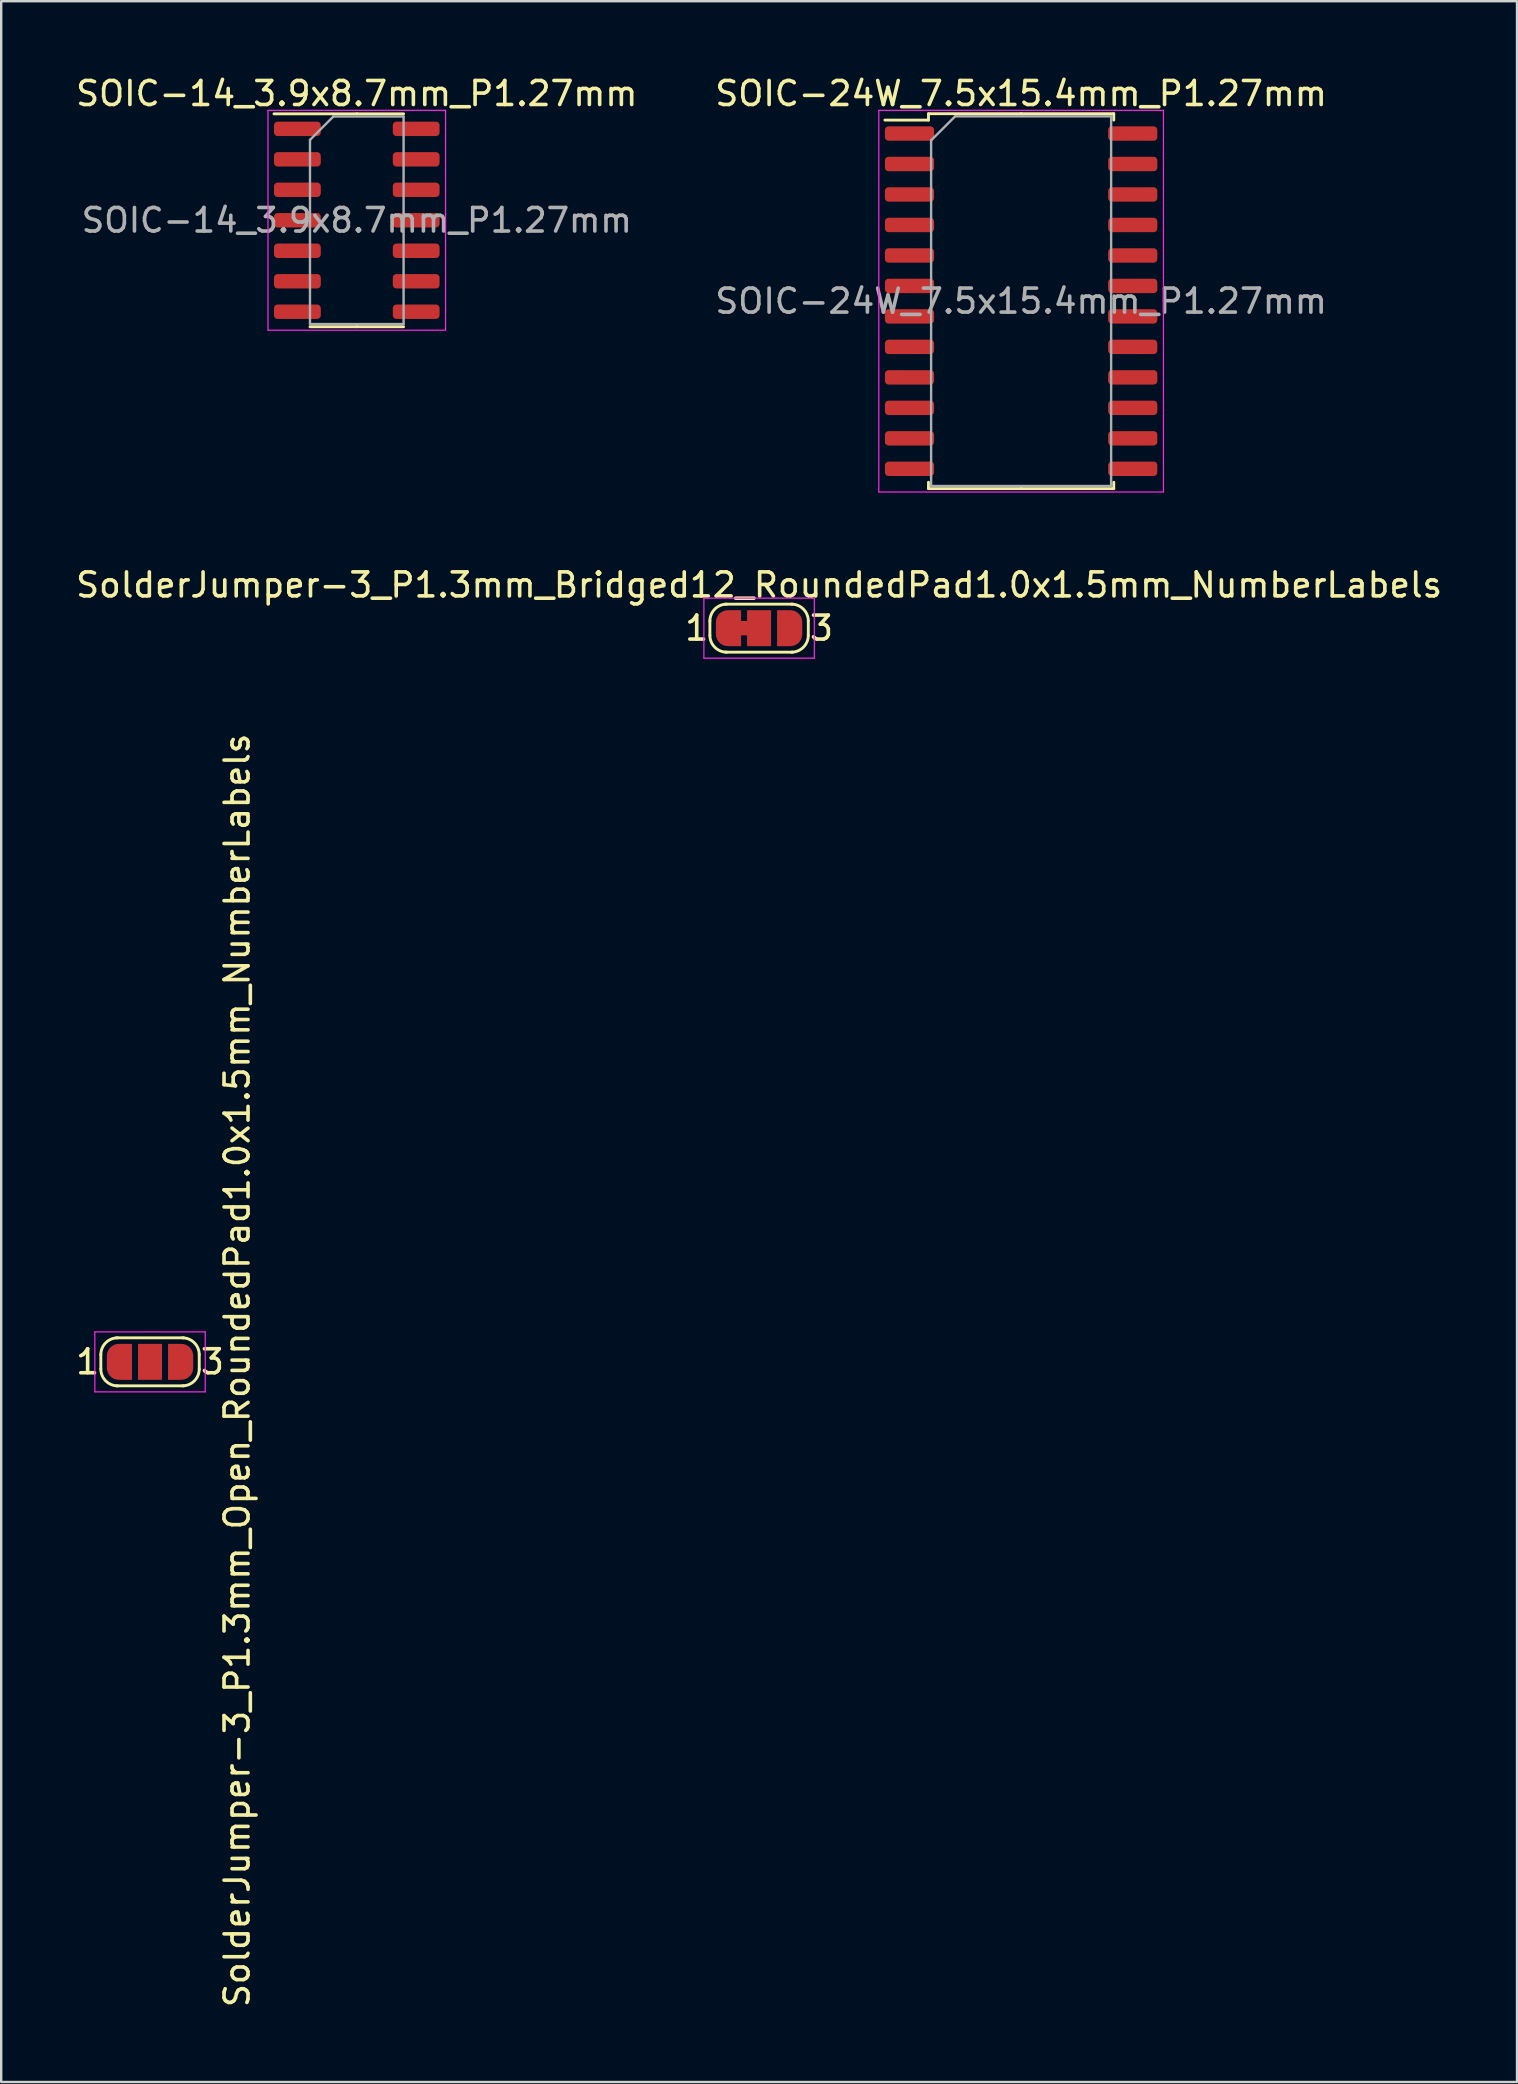
<source format=kicad_pcb>
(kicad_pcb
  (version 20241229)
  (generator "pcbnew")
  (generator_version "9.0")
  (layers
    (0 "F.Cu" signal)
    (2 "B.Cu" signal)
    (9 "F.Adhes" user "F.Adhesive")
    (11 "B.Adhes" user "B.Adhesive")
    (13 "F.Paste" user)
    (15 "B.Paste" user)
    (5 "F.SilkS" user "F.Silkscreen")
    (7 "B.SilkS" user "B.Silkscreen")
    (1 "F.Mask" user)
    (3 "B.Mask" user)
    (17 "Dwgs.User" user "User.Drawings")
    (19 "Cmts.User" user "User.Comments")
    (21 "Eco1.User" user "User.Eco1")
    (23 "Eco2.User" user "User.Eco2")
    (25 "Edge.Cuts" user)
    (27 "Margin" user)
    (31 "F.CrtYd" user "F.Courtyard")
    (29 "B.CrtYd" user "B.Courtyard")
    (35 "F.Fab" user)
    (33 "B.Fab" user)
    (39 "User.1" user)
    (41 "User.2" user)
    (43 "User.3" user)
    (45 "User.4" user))
  (footprint "SOIC-24W_7.5x15.4mm_P1.27mm"
    (layer "F.Cu")
    (at 39.494 9.498)
    (property "Reference" "SOIC-24W_7.5x15.4mm_P1.27mm" (at 0 -8.65 0) (layer "F.SilkS") (effects (font (size 1 1) (thickness 0.15))))
    (attr smd)
    (fp_line (start -3.86 -7.81) (end -3.86 -7.545) (stroke (width 0.12) (type solid)) (layer "F.SilkS"))
    (fp_line (start -3.86 -7.545) (end -5.675 -7.545) (stroke (width 0.12) (type solid)) (layer "F.SilkS"))
    (fp_line (start -3.86 7.81) (end -3.86 7.545) (stroke (width 0.12) (type solid)) (layer "F.SilkS"))
    (fp_line (start 0 -7.81) (end -3.86 -7.81) (stroke (width 0.12) (type solid)) (layer "F.SilkS"))
    (fp_line (start 0 -7.81) (end 3.86 -7.81) (stroke (width 0.12) (type solid)) (layer "F.SilkS"))
    (fp_line (start 0 7.81) (end -3.86 7.81) (stroke (width 0.12) (type solid)) (layer "F.SilkS"))
    (fp_line (start 0 7.81) (end 3.86 7.81) (stroke (width 0.12) (type solid)) (layer "F.SilkS"))
    (fp_line (start 3.86 -7.81) (end 3.86 -7.545) (stroke (width 0.12) (type solid)) (layer "F.SilkS"))
    (fp_line (start 3.86 7.81) (end 3.86 7.545) (stroke (width 0.12) (type solid)) (layer "F.SilkS"))
    (fp_line (start -5.93 -7.95) (end -5.93 7.95) (stroke (width 0.05) (type solid)) (layer "F.CrtYd"))
    (fp_line (start -5.93 7.95) (end 5.93 7.95) (stroke (width 0.05) (type solid)) (layer "F.CrtYd"))
    (fp_line (start 5.93 -7.95) (end -5.93 -7.95) (stroke (width 0.05) (type solid)) (layer "F.CrtYd"))
    (fp_line (start 5.93 7.95) (end 5.93 -7.95) (stroke (width 0.05) (type solid)) (layer "F.CrtYd"))
    (fp_line (start -3.75 -6.7) (end -2.75 -7.7) (stroke (width 0.1) (type solid)) (layer "F.Fab"))
    (fp_line (start -3.75 7.7) (end -3.75 -6.7) (stroke (width 0.1) (type solid)) (layer "F.Fab"))
    (fp_line (start -2.75 -7.7) (end 3.75 -7.7) (stroke (width 0.1) (type solid)) (layer "F.Fab"))
    (fp_line (start 3.75 -7.7) (end 3.75 7.7) (stroke (width 0.1) (type solid)) (layer "F.Fab"))
    (fp_line (start 3.75 7.7) (end -3.75 7.7) (stroke (width 0.1) (type solid)) (layer "F.Fab"))
    (fp_text user "${REFERENCE}" (at 0 0 0) (layer "F.Fab") (effects (font (size 1 1) (thickness 0.15))))
    (pad "1" smd roundrect (at -4.65 -6.985) (size 2.05 0.6) (layers "F.Cu" "F.Mask" "F.Paste") (roundrect_rratio 0.25))
    (pad "2" smd roundrect (at -4.65 -5.715) (size 2.05 0.6) (layers "F.Cu" "F.Mask" "F.Paste") (roundrect_rratio 0.25))
    (pad "3" smd roundrect (at -4.65 -4.445) (size 2.05 0.6) (layers "F.Cu" "F.Mask" "F.Paste") (roundrect_rratio 0.25))
    (pad "4" smd roundrect (at -4.65 -3.175) (size 2.05 0.6) (layers "F.Cu" "F.Mask" "F.Paste") (roundrect_rratio 0.25))
    (pad "5" smd roundrect (at -4.65 -1.905) (size 2.05 0.6) (layers "F.Cu" "F.Mask" "F.Paste") (roundrect_rratio 0.25))
    (pad "6" smd roundrect (at -4.65 -0.635) (size 2.05 0.6) (layers "F.Cu" "F.Mask" "F.Paste") (roundrect_rratio 0.25))
    (pad "7" smd roundrect (at -4.65 0.635) (size 2.05 0.6) (layers "F.Cu" "F.Mask" "F.Paste") (roundrect_rratio 0.25))
    (pad "8" smd roundrect (at -4.65 1.905) (size 2.05 0.6) (layers "F.Cu" "F.Mask" "F.Paste") (roundrect_rratio 0.25))
    (pad "9" smd roundrect (at -4.65 3.175) (size 2.05 0.6) (layers "F.Cu" "F.Mask" "F.Paste") (roundrect_rratio 0.25))
    (pad "10" smd roundrect (at -4.65 4.445) (size 2.05 0.6) (layers "F.Cu" "F.Mask" "F.Paste") (roundrect_rratio 0.25))
    (pad "11" smd roundrect (at -4.65 5.715) (size 2.05 0.6) (layers "F.Cu" "F.Mask" "F.Paste") (roundrect_rratio 0.25))
    (pad "12" smd roundrect (at -4.65 6.985) (size 2.05 0.6) (layers "F.Cu" "F.Mask" "F.Paste") (roundrect_rratio 0.25))
    (pad "13" smd roundrect (at 4.65 6.985) (size 2.05 0.6) (layers "F.Cu" "F.Mask" "F.Paste") (roundrect_rratio 0.25))
    (pad "14" smd roundrect (at 4.65 5.715) (size 2.05 0.6) (layers "F.Cu" "F.Mask" "F.Paste") (roundrect_rratio 0.25))
    (pad "15" smd roundrect (at 4.65 4.445) (size 2.05 0.6) (layers "F.Cu" "F.Mask" "F.Paste") (roundrect_rratio 0.25))
    (pad "16" smd roundrect (at 4.65 3.175) (size 2.05 0.6) (layers "F.Cu" "F.Mask" "F.Paste") (roundrect_rratio 0.25))
    (pad "17" smd roundrect (at 4.65 1.905) (size 2.05 0.6) (layers "F.Cu" "F.Mask" "F.Paste") (roundrect_rratio 0.25))
    (pad "18" smd roundrect (at 4.65 0.635) (size 2.05 0.6) (layers "F.Cu" "F.Mask" "F.Paste") (roundrect_rratio 0.25))
    (pad "19" smd roundrect (at 4.65 -0.635) (size 2.05 0.6) (layers "F.Cu" "F.Mask" "F.Paste") (roundrect_rratio 0.25))
    (pad "20" smd roundrect (at 4.65 -1.905) (size 2.05 0.6) (layers "F.Cu" "F.Mask" "F.Paste") (roundrect_rratio 0.25))
    (pad "21" smd roundrect (at 4.65 -3.175) (size 2.05 0.6) (layers "F.Cu" "F.Mask" "F.Paste") (roundrect_rratio 0.25))
    (pad "22" smd roundrect (at 4.65 -4.445) (size 2.05 0.6) (layers "F.Cu" "F.Mask" "F.Paste") (roundrect_rratio 0.25))
    (pad "23" smd roundrect (at 4.65 -5.715) (size 2.05 0.6) (layers "F.Cu" "F.Mask" "F.Paste") (roundrect_rratio 0.25))
    (pad "24" smd roundrect (at 4.65 -6.985) (size 2.05 0.6) (layers "F.Cu" "F.Mask" "F.Paste") (roundrect_rratio 0.25)))
  (footprint "SolderJumper-3_P1.3mm_Bridged12_RoundedPad1.0x1.5mm_NumberLabels"
    (layer "F.Cu")
    (at 28.577 23.122)
    (property "Reference" "SolderJumper-3_P1.3mm_Bridged12_RoundedPad1.0x1.5mm_NumberLabels" (at 0 -1.8 0) (layer "F.SilkS") (effects (font (size 1 1) (thickness 0.15))))
    (attr exclude_from_pos_files)
    (fp_poly (pts (xy -0.9 -0.3) (xy -0.4 -0.3) (xy -0.4 0.3) (xy -0.9 0.3)) (stroke (width 0) (type solid)) (fill yes) (layer "F.Cu"))
    (fp_line (start -2.05 0.3) (end -2.05 -0.3) (stroke (width 0.12) (type solid)) (layer "F.SilkS"))
    (fp_line (start -1.4 -1) (end 1.4 -1) (stroke (width 0.12) (type solid)) (layer "F.SilkS"))
    (fp_line (start 1.4 1) (end -1.4 1) (stroke (width 0.12) (type solid)) (layer "F.SilkS"))
    (fp_line (start 2.05 -0.3) (end 2.05 0.3) (stroke (width 0.12) (type solid)) (layer "F.SilkS"))
    (fp_arc (start -2.05 -0.3) (mid -1.844975 -0.794975) (end -1.35 -1) (stroke (width 0.12) (type solid)) (layer "F.SilkS"))
    (fp_arc (start -1.35 1) (mid -1.844975 0.794975) (end -2.05 0.3) (stroke (width 0.12) (type solid)) (layer "F.SilkS"))
    (fp_arc (start 1.35 -1) (mid 1.844975 -0.794975) (end 2.05 -0.3) (stroke (width 0.12) (type solid)) (layer "F.SilkS"))
    (fp_arc (start 2.05 0.3) (mid 1.844975 0.794975) (end 1.35 1) (stroke (width 0.12) (type solid)) (layer "F.SilkS"))
    (fp_line (start -2.3 -1.25) (end -2.3 1.25) (stroke (width 0.05) (type solid)) (layer "F.CrtYd"))
    (fp_line (start -2.3 -1.25) (end 2.3 -1.25) (stroke (width 0.05) (type solid)) (layer "F.CrtYd"))
    (fp_line (start 2.3 1.25) (end -2.3 1.25) (stroke (width 0.05) (type solid)) (layer "F.CrtYd"))
    (fp_line (start 2.3 1.25) (end 2.3 -1.25) (stroke (width 0.05) (type solid)) (layer "F.CrtYd"))
    (fp_text user "1" (at -2.6 0 0) (layer "F.SilkS") (effects (font (size 1 1) (thickness 0.15))))
    (fp_text user "3" (at 2.6 0 0) (layer "F.SilkS") (effects (font (size 1 1) (thickness 0.15))))
    (pad "1" smd custom (at -1.3 0) (size 1 0.5) (layers "F.Cu" "F.Mask") (options (anchor rect)) (primitives (gr_poly (pts (xy 0.55 0.75) (xy 0 0.75) (xy 0 -0.75) (xy 0.55 -0.75)) (width 0) (fill yes)) (gr_circle (center 0 0.25) (end 0.5 0.25) (width 0) (fill yes)) (gr_circle (center 0 -0.25) (end 0.5 -0.25) (width 0) (fill yes))))
    (pad "2" smd rect (at 0 0) (size 1 1.5) (layers "F.Cu" "F.Mask"))
    (pad "3" smd custom (at 1.3 0) (size 1 0.5) (layers "F.Cu" "F.Mask") (options (anchor rect)) (primitives (gr_circle (center 0 0.25) (end 0.5 0.25) (width 0) (fill yes)) (gr_circle (center 0 -0.25) (end 0.5 -0.25) (width 0) (fill yes)) (gr_poly (pts (xy 0 0.75) (xy -0.55 0.75) (xy -0.55 -0.75) (xy 0 -0.75)) (width 0) (fill yes)))))
  (footprint "SolderJumper-3_P1.3mm_Open_RoundedPad1.0x1.5mm_NumberLabels"
    (layer "F.Cu")
    (at 3.201 53.69)
    (property "Reference" "SolderJumper-3_P1.3mm_Open_RoundedPad1.0x1.5mm_NumberLabels" (at 3.628 0.356 90) (layer "F.SilkS") (effects (font (size 1 1) (thickness 0.15))))
    (attr exclude_from_pos_files allow_soldermask_bridges)
    (fp_line (start -2.05 0.3) (end -2.05 -0.3) (stroke (width 0.12) (type solid)) (layer "F.SilkS"))
    (fp_line (start -1.4 -1) (end 1.4 -1) (stroke (width 0.12) (type solid)) (layer "F.SilkS"))
    (fp_line (start 1.4 1) (end -1.4 1) (stroke (width 0.12) (type solid)) (layer "F.SilkS"))
    (fp_line (start 2.05 -0.3) (end 2.05 0.3) (stroke (width 0.12) (type solid)) (layer "F.SilkS"))
    (fp_arc (start -2.05 -0.3) (mid -1.844975 -0.794975) (end -1.35 -1) (stroke (width 0.12) (type solid)) (layer "F.SilkS"))
    (fp_arc (start -1.35 1) (mid -1.844975 0.794975) (end -2.05 0.3) (stroke (width 0.12) (type solid)) (layer "F.SilkS"))
    (fp_arc (start 1.35 -1) (mid 1.844975 -0.794975) (end 2.05 -0.3) (stroke (width 0.12) (type solid)) (layer "F.SilkS"))
    (fp_arc (start 2.05 0.3) (mid 1.844975 0.794975) (end 1.35 1) (stroke (width 0.12) (type solid)) (layer "F.SilkS"))
    (fp_line (start -2.3 -1.25) (end -2.3 1.25) (stroke (width 0.05) (type solid)) (layer "F.CrtYd"))
    (fp_line (start -2.3 -1.25) (end 2.3 -1.25) (stroke (width 0.05) (type solid)) (layer "F.CrtYd"))
    (fp_line (start 2.3 1.25) (end -2.3 1.25) (stroke (width 0.05) (type solid)) (layer "F.CrtYd"))
    (fp_line (start 2.3 1.25) (end 2.3 -1.25) (stroke (width 0.05) (type solid)) (layer "F.CrtYd"))
    (fp_text user "3" (at 2.6 0 0) (layer "F.SilkS") (effects (font (size 1 1) (thickness 0.15))))
    (fp_text user "1" (at -2.6 0 0) (layer "F.SilkS") (effects (font (size 1 1) (thickness 0.15))))
    (pad "1" smd custom (at -1.3 0) (size 1 0.5) (layers "F.Cu" "F.Mask") (options (anchor rect)) (primitives (gr_circle (center 0 0.25) (end 0.5 0.25) (width 0) (fill yes)) (gr_circle (center 0 -0.25) (end 0.5 -0.25) (width 0) (fill yes)) (gr_poly (pts (xy 0.55 0.75) (xy 0 0.75) (xy 0 -0.75) (xy 0.55 -0.75)) (width 0) (fill yes))))
    (pad "2" smd rect (at 0 0) (size 1 1.5) (layers "F.Cu" "F.Mask"))
    (pad "3" smd custom (at 1.3 0) (size 1 0.5) (layers "F.Cu" "F.Mask") (options (anchor rect)) (primitives (gr_circle (center 0 0.25) (end 0.5 0.25) (width 0) (fill yes)) (gr_circle (center 0 -0.25) (end 0.5 -0.25) (width 0) (fill yes)) (gr_poly (pts (xy 0 0.75) (xy -0.55 0.75) (xy -0.55 -0.75) (xy 0 -0.75)) (width 0) (fill yes)))))
  (footprint "SOIC-14_3.9x8.7mm_P1.27mm"
    (layer "F.Cu")
    (at 11.815 6.128)
    (property "Reference" "SOIC-14_3.9x8.7mm_P1.27mm" (at 0 -5.28 0) (layer "F.SilkS") (effects (font (size 1 1) (thickness 0.15))))
    (attr smd)
    (fp_line (start 0 -4.435) (end -3.45 -4.435) (stroke (width 0.12) (type solid)) (layer "F.SilkS"))
    (fp_line (start 0 -4.435) (end 1.95 -4.435) (stroke (width 0.12) (type solid)) (layer "F.SilkS"))
    (fp_line (start 0 4.435) (end -1.95 4.435) (stroke (width 0.12) (type solid)) (layer "F.SilkS"))
    (fp_line (start 0 4.435) (end 1.95 4.435) (stroke (width 0.12) (type solid)) (layer "F.SilkS"))
    (fp_line (start -3.7 -4.58) (end -3.7 4.58) (stroke (width 0.05) (type solid)) (layer "F.CrtYd"))
    (fp_line (start -3.7 4.58) (end 3.7 4.58) (stroke (width 0.05) (type solid)) (layer "F.CrtYd"))
    (fp_line (start 3.7 -4.58) (end -3.7 -4.58) (stroke (width 0.05) (type solid)) (layer "F.CrtYd"))
    (fp_line (start 3.7 4.58) (end 3.7 -4.58) (stroke (width 0.05) (type solid)) (layer "F.CrtYd"))
    (fp_line (start -1.95 -3.35) (end -0.975 -4.325) (stroke (width 0.1) (type solid)) (layer "F.Fab"))
    (fp_line (start -1.95 4.325) (end -1.95 -3.35) (stroke (width 0.1) (type solid)) (layer "F.Fab"))
    (fp_line (start -0.975 -4.325) (end 1.95 -4.325) (stroke (width 0.1) (type solid)) (layer "F.Fab"))
    (fp_line (start 1.95 -4.325) (end 1.95 4.325) (stroke (width 0.1) (type solid)) (layer "F.Fab"))
    (fp_line (start 1.95 4.325) (end -1.95 4.325) (stroke (width 0.1) (type solid)) (layer "F.Fab"))
    (fp_text user "${REFERENCE}" (at 0 0 0) (layer "F.Fab") (effects (font (size 0.98 0.98) (thickness 0.15))))
    (pad "1" smd roundrect (at -2.475 -3.81) (size 1.95 0.6) (layers "F.Cu" "F.Mask" "F.Paste") (roundrect_rratio 0.25))
    (pad "2" smd roundrect (at -2.475 -2.54) (size 1.95 0.6) (layers "F.Cu" "F.Mask" "F.Paste") (roundrect_rratio 0.25))
    (pad "3" smd roundrect (at -2.475 -1.27) (size 1.95 0.6) (layers "F.Cu" "F.Mask" "F.Paste") (roundrect_rratio 0.25))
    (pad "4" smd roundrect (at -2.475 0) (size 1.95 0.6) (layers "F.Cu" "F.Mask" "F.Paste") (roundrect_rratio 0.25))
    (pad "5" smd roundrect (at -2.475 1.27) (size 1.95 0.6) (layers "F.Cu" "F.Mask" "F.Paste") (roundrect_rratio 0.25))
    (pad "6" smd roundrect (at -2.475 2.54) (size 1.95 0.6) (layers "F.Cu" "F.Mask" "F.Paste") (roundrect_rratio 0.25))
    (pad "7" smd roundrect (at -2.475 3.81) (size 1.95 0.6) (layers "F.Cu" "F.Mask" "F.Paste") (roundrect_rratio 0.25))
    (pad "8" smd roundrect (at 2.475 3.81) (size 1.95 0.6) (layers "F.Cu" "F.Mask" "F.Paste") (roundrect_rratio 0.25))
    (pad "9" smd roundrect (at 2.475 2.54) (size 1.95 0.6) (layers "F.Cu" "F.Mask" "F.Paste") (roundrect_rratio 0.25))
    (pad "10" smd roundrect (at 2.475 1.27) (size 1.95 0.6) (layers "F.Cu" "F.Mask" "F.Paste") (roundrect_rratio 0.25))
    (pad "11" smd roundrect (at 2.475 0) (size 1.95 0.6) (layers "F.Cu" "F.Mask" "F.Paste") (roundrect_rratio 0.25))
    (pad "12" smd roundrect (at 2.475 -1.27) (size 1.95 0.6) (layers "F.Cu" "F.Mask" "F.Paste") (roundrect_rratio 0.25))
    (pad "13" smd roundrect (at 2.475 -2.54) (size 1.95 0.6) (layers "F.Cu" "F.Mask" "F.Paste") (roundrect_rratio 0.25))
    (pad "14" smd roundrect (at 2.475 -3.81) (size 1.95 0.6) (layers "F.Cu" "F.Mask" "F.Paste") (roundrect_rratio 0.25)))
  (gr_rect
    (start -3 -3)
    (end 60.155 83.694)
    (stroke (width 0.1) (type default))
    (fill no)
    (layer "Edge.Cuts")))
</source>
